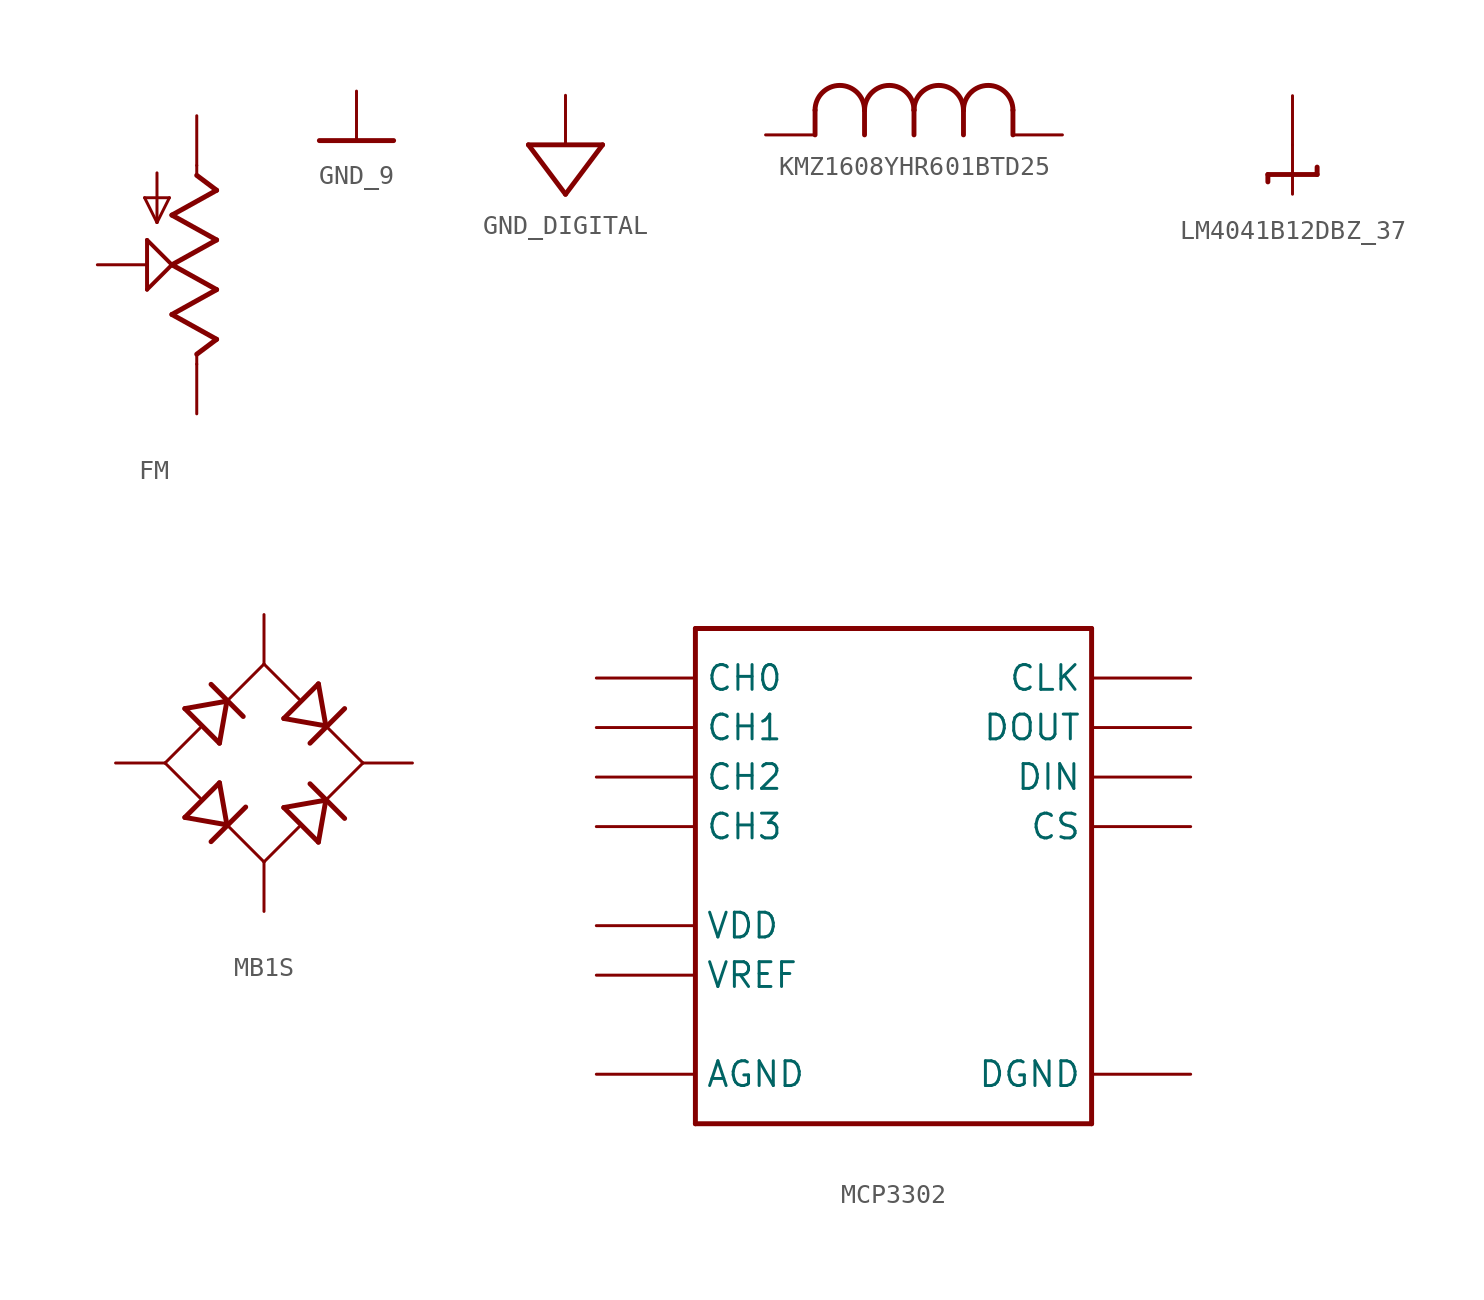
<source format=kicad_sym>
(kicad_symbol_lib
  (version 20231120)
  (generator "kicad_symbol_editor")
  (generator_version "8.0")
  (symbol "FM"
    (property "Reference" "R"
      (at 0 0 0)
      (effects (font (size 1.27 1.27)) (hide yes)))
    (property "ki_locked" ""
      (at 0 0 0)
      (effects (font (size 1.27 1.27))))
    (symbol "FM_1_0"
      (polyline (pts (xy -1.841 3.429) (xy -0.572 3.429)) (stroke (width 0.152) (type solid)) (fill (type none)))
      (polyline (pts (xy -1.715 -1.27) (xy -1.715 1.27)) (stroke (width 0.203) (type solid)) (fill (type none)))
      (polyline (pts (xy -1.715 1.27) (xy -0.444 0)) (stroke (width 0.203) (type solid)) (fill (type none)))
      (polyline (pts (xy -1.207 2.159) (xy -1.841 3.429)) (stroke (width 0.152) (type solid)) (fill (type none)))
      (polyline (pts (xy -1.207 4.699) (xy -1.207 2.159)) (stroke (width 0.152) (type solid)) (fill (type none)))
      (polyline (pts (xy -0.572 3.429) (xy -1.207 2.159)) (stroke (width 0.152) (type solid)) (fill (type none)))
      (polyline (pts (xy -0.444 -2.54) (xy 1.841 -3.81)) (stroke (width 0.254) (type solid)) (fill (type none)))
      (polyline (pts (xy -0.444 0) (xy -1.715 -1.27)) (stroke (width 0.203) (type solid)) (fill (type none)))
      (polyline (pts (xy -0.444 0) (xy 1.841 -1.27)) (stroke (width 0.254) (type solid)) (fill (type none)))
      (polyline (pts (xy -0.444 2.54) (xy 1.841 1.27)) (stroke (width 0.254) (type solid)) (fill (type none)))
      (polyline (pts (xy 0.826 -4.572) (xy 0.826 -5.08)) (stroke (width 0.152) (type solid)) (fill (type none)))
      (polyline (pts (xy 0.826 4.572) (xy 1.841 3.81)) (stroke (width 0.254) (type solid)) (fill (type none)))
      (polyline (pts (xy 0.826 5.08) (xy 0.826 4.572)) (stroke (width 0.152) (type solid)) (fill (type none)))
      (polyline (pts (xy 1.841 -3.81) (xy 0.826 -4.572)) (stroke (width 0.254) (type solid)) (fill (type none)))
      (polyline (pts (xy 1.841 -1.27) (xy -0.444 -2.54)) (stroke (width 0.254) (type solid)) (fill (type none)))
      (polyline (pts (xy 1.841 1.27) (xy -0.444 0)) (stroke (width 0.254) (type solid)) (fill (type none)))
      (polyline (pts (xy 1.841 3.81) (xy -0.444 2.54)) (stroke (width 0.254) (type solid)) (fill (type none)))
      (pin passive line (at 0.826 7.62 270) (length 2.54) (name "A" (effects (font (size 0 0)))) (number "1" (effects (font (size 0 0)))))
      (pin passive line (at -4.255 0 0) (length 2.54) (name "S" (effects (font (size 0 0)))) (number "2" (effects (font (size 0 0)))))
      (pin passive line (at 0.826 -7.62 90) (length 2.54) (name "E" (effects (font (size 0 0)))) (number "3" (effects (font (size 0 0)))))))
  (symbol "GND_9"
    (power)
    (property "Reference" "#GND"
      (at 0 0 0)
      (effects (font (size 1.27 1.27)) (hide yes)))
    (property "ki_locked" ""
      (at 0 0 0)
      (effects (font (size 1.27 1.27))))
    (symbol "GND_9_1_0"
      (polyline (pts (xy 1.905 0) (xy -1.905 0)) (stroke (width 0.254) (type solid)) (fill (type none)))
      (pin power_in line (at 0 2.54 270) (length 2.54) (name "GND" (effects (font (size 0 0)))) (number "1" (effects (font (size 0 0)))))))
  (symbol "GND_DIGITAL"
    (power)
    (property "Reference" "#NetPort"
      (at 0 0 0)
      (effects (font (size 1.27 1.27)) (hide yes)))
    (property "ki_locked" ""
      (at 0 0 0)
      (effects (font (size 1.27 1.27))))
    (symbol "GND_DIGITAL_1_0"
      (polyline (pts (xy -1.905 1.27) (xy 0 -1.27)) (stroke (width 0.25) (type solid)) (fill (type none)))
      (polyline (pts (xy -1.905 1.27) (xy 1.905 1.27)) (stroke (width 0.25) (type solid)) (fill (type none)))
      (polyline (pts (xy 0 -1.27) (xy 1.905 1.27)) (stroke (width 0.25) (type solid)) (fill (type none)))
      (pin power_in line (at 0 3.81 270) (length 2.54) (name "GNDD" (effects (font (size 0 0)))) (number "1" (effects (font (size 0 0)))))))
  (symbol "KMZ1608YHR601BTD25"
    (property "Reference" "L"
      (at 0 0 0)
      (effects (font (size 1.27 1.27)) (hide yes)))
    (property "ki_locked" ""
      (at 0 0 0)
      (effects (font (size 1.27 1.27))))
    (symbol "KMZ1608YHR601BTD25_1_0"
      (arc (start -2.54 0) (mid -3.81 1.2701) (end -5.08 -0.0001) (stroke (width 0.254) (type solid)) (fill (type none)))
      (arc (start 0 0) (mid -1.27 1.2701) (end -2.54 -0.0001) (stroke (width 0.254) (type solid)) (fill (type none)))
      (polyline (pts (xy -5.08 -1.27) (xy -5.08 0)) (stroke (width 0.25) (type solid)) (fill (type none)))
      (polyline (pts (xy -2.54 -1.27) (xy -2.54 0)) (stroke (width 0.25) (type solid)) (fill (type none)))
      (polyline (pts (xy 0 -1.27) (xy 0 0)) (stroke (width 0.25) (type solid)) (fill (type none)))
      (polyline (pts (xy 2.54 -1.27) (xy 2.54 0)) (stroke (width 0.25) (type solid)) (fill (type none)))
      (polyline (pts (xy 5.08 -1.27) (xy 5.08 0)) (stroke (width 0.25) (type solid)) (fill (type none)))
      (arc (start 2.54 0) (mid 1.27 1.2701) (end 0 -0.0001) (stroke (width 0.254) (type solid)) (fill (type none)))
      (arc (start 5.08 0) (mid 3.81 1.2701) (end 2.54 -0.0001) (stroke (width 0.254) (type solid)) (fill (type none)))
      (pin passive line (at -7.62 -1.27 0) (length 2.54) (name "1" (effects (font (size 0 0)))) (number "1" (effects (font (size 0 0)))))
      (pin passive line (at 7.62 -1.27 180) (length 2.54) (name "2" (effects (font (size 0 0)))) (number "2" (effects (font (size 0 0)))))))
  (symbol "LM4041B12DBZ_37"
    (property "Reference" "IC"
      (at 0 0 0)
      (effects (font (size 1.27 1.27)) (hide yes)))
    (property "ki_locked" ""
      (at 0 0 0)
      (effects (font (size 1.27 1.27))))
    (symbol "LM4041B12DBZ_37_1_0"
      (polyline (pts (xy -1.27 -0.952) (xy -1.27 -0.572)) (stroke (width 0.254) (type solid)) (fill (type none)))
      (polyline (pts (xy -1.27 -0.572) (xy 0 -0.572)) (stroke (width 0.254) (type solid)) (fill (type none)))
      (polyline (pts (xy 0 -0.572) (xy 1.27 -0.572)) (stroke (width 0.254) (type solid)) (fill (type none)))
      (polyline (pts (xy 1.27 -0.572) (xy 1.27 -0.191)) (stroke (width 0.254) (type solid)) (fill (type none)))
      (pin passive line (at 0 -1.588 90) (length 2.54) (name "C" (effects (font (size 0 0)))) (number "1" (effects (font (size 0 0)))))
      (pin passive line (at 0 3.492 270) (length 2.54) (name "A" (effects (font (size 0 0)))) (number "2" (effects (font (size 0 0)))))))
  (symbol "MB1S"
    (property "Reference" "D"
      (at 0 0 0)
      (effects (font (size 1.27 1.27)) (hide yes)))
    (property "ki_locked" ""
      (at 0 0 0)
      (effects (font (size 1.27 1.27))))
    (symbol "MB1S_1_0"
      (polyline (pts (xy -5.08 0) (xy -3.277 1.803)) (stroke (width 0.152) (type solid)) (fill (type none)))
      (polyline (pts (xy -4.064 -2.794) (xy -2.286 -1.016)) (stroke (width 0.254) (type solid)) (fill (type none)))
      (polyline (pts (xy -4.064 2.794) (xy -2.286 1.016)) (stroke (width 0.254) (type solid)) (fill (type none)))
      (polyline (pts (xy -3.277 -1.803) (xy -5.08 0)) (stroke (width 0.152) (type solid)) (fill (type none)))
      (polyline (pts (xy -2.718 -4.039) (xy -0.94 -2.261)) (stroke (width 0.254) (type solid)) (fill (type none)))
      (polyline (pts (xy -2.718 4.039) (xy -1.067 2.388)) (stroke (width 0.254) (type solid)) (fill (type none)))
      (polyline (pts (xy -1.905 -3.175) (xy -4.064 -2.794)) (stroke (width 0.254) (type solid)) (fill (type none)))
      (polyline (pts (xy -1.905 -3.175) (xy -2.286 -1.016)) (stroke (width 0.254) (type solid)) (fill (type none)))
      (polyline (pts (xy -1.905 3.175) (xy -4.064 2.794)) (stroke (width 0.254) (type solid)) (fill (type none)))
      (polyline (pts (xy -1.905 3.175) (xy -2.286 1.016)) (stroke (width 0.254) (type solid)) (fill (type none)))
      (polyline (pts (xy -1.905 3.175) (xy 0 5.08)) (stroke (width 0.152) (type solid)) (fill (type none)))
      (polyline (pts (xy 0 -5.08) (xy -1.905 -3.175)) (stroke (width 0.152) (type solid)) (fill (type none)))
      (polyline (pts (xy 0 -5.08) (xy 1.803 -3.277)) (stroke (width 0.152) (type solid)) (fill (type none)))
      (polyline (pts (xy 0 5.08) (xy 1.803 3.277)) (stroke (width 0.152) (type solid)) (fill (type none)))
      (polyline (pts (xy 1.016 -2.286) (xy 2.794 -4.064)) (stroke (width 0.254) (type solid)) (fill (type none)))
      (polyline (pts (xy 1.016 2.286) (xy 2.794 4.064)) (stroke (width 0.254) (type solid)) (fill (type none)))
      (polyline (pts (xy 2.362 -1.067) (xy 4.14 -2.845)) (stroke (width 0.254) (type solid)) (fill (type none)))
      (polyline (pts (xy 2.362 1.016) (xy 4.14 2.794)) (stroke (width 0.254) (type solid)) (fill (type none)))
      (polyline (pts (xy 3.175 -1.905) (xy 1.016 -2.286)) (stroke (width 0.254) (type solid)) (fill (type none)))
      (polyline (pts (xy 3.175 -1.905) (xy 2.794 -4.064)) (stroke (width 0.254) (type solid)) (fill (type none)))
      (polyline (pts (xy 3.175 1.905) (xy 1.016 2.286)) (stroke (width 0.254) (type solid)) (fill (type none)))
      (polyline (pts (xy 3.175 1.905) (xy 2.794 4.064)) (stroke (width 0.254) (type solid)) (fill (type none)))
      (polyline (pts (xy 3.175 1.905) (xy 5.08 0)) (stroke (width 0.152) (type solid)) (fill (type none)))
      (polyline (pts (xy 5.08 0) (xy 3.175 -1.905)) (stroke (width 0.152) (type solid)) (fill (type none)))
      (pin passive line (at 7.62 0 180) (length 2.54) (name "+" (effects (font (size 0 0)))) (number "1" (effects (font (size 0 0)))))
      (pin passive line (at -7.62 0 0) (length 2.54) (name "-" (effects (font (size 0 0)))) (number "2" (effects (font (size 0 0)))))
      (pin passive line (at 0 -7.62 90) (length 2.54) (name "AC2" (effects (font (size 0 0)))) (number "3" (effects (font (size 0 0)))))
      (pin passive line (at 0 7.62 270) (length 2.54) (name "AC1" (effects (font (size 0 0)))) (number "4" (effects (font (size 0 0)))))))
  (symbol "MCP3302"
    (property "Reference" "IC"
      (at 0 0 0)
      (effects (font (size 1.27 1.27)) (hide yes)))
    (property "ki_locked" ""
      (at 0 0 0)
      (effects (font (size 1.27 1.27))))
    (symbol "MCP3302_1_0"
      (polyline (pts (xy -10.16 -12.7) (xy 10.16 -12.7)) (stroke (width 0.254) (type solid)) (fill (type none)))
      (polyline (pts (xy -10.16 12.7) (xy -10.16 -12.7)) (stroke (width 0.254) (type solid)) (fill (type none)))
      (polyline (pts (xy 10.16 -12.7) (xy 10.16 12.7)) (stroke (width 0.254) (type solid)) (fill (type none)))
      (polyline (pts (xy 10.16 12.7) (xy -10.16 12.7)) (stroke (width 0.254) (type solid)) (fill (type none)))
      (pin bidirectional line (at -15.24 10.16 0) (length 5.08) (name "CH0" (effects (font (size 1.27 1.27)))) (number "1" (effects (font (size 0 0)))))
      (pin bidirectional line (at 15.24 7.62 180) (length 5.08) (name "DOUT" (effects (font (size 1.27 1.27)))) (number "10" (effects (font (size 0 0)))))
      (pin bidirectional line (at 15.24 10.16 180) (length 5.08) (name "CLK" (effects (font (size 1.27 1.27)))) (number "11" (effects (font (size 0 0)))))
      (pin bidirectional line (at -15.24 -10.16 0) (length 5.08) (name "AGND" (effects (font (size 1.27 1.27)))) (number "12" (effects (font (size 0 0)))))
      (pin bidirectional line (at -15.24 -5.08 0) (length 5.08) (name "VREF" (effects (font (size 1.27 1.27)))) (number "13" (effects (font (size 0 0)))))
      (pin bidirectional line (at -15.24 -2.54 0) (length 5.08) (name "VDD" (effects (font (size 1.27 1.27)))) (number "14" (effects (font (size 0 0)))))
      (pin bidirectional line (at -15.24 7.62 0) (length 5.08) (name "CH1" (effects (font (size 1.27 1.27)))) (number "2" (effects (font (size 0 0)))))
      (pin bidirectional line (at -15.24 5.08 0) (length 5.08) (name "CH2" (effects (font (size 1.27 1.27)))) (number "3" (effects (font (size 0 0)))))
      (pin bidirectional line (at -15.24 2.54 0) (length 5.08) (name "CH3" (effects (font (size 1.27 1.27)))) (number "4" (effects (font (size 0 0)))))
      (pin bidirectional line (at 15.24 -10.16 180) (length 5.08) (name "DGND" (effects (font (size 1.27 1.27)))) (number "7" (effects (font (size 0 0)))))
      (pin bidirectional line (at 15.24 2.54 180) (length 5.08) (name "CS" (effects (font (size 1.27 1.27)))) (number "8" (effects (font (size 0 0)))))
      (pin bidirectional line (at 15.24 5.08 180) (length 5.08) (name "DIN" (effects (font (size 1.27 1.27)))) (number "9" (effects (font (size 0 0))))))))
</source>
